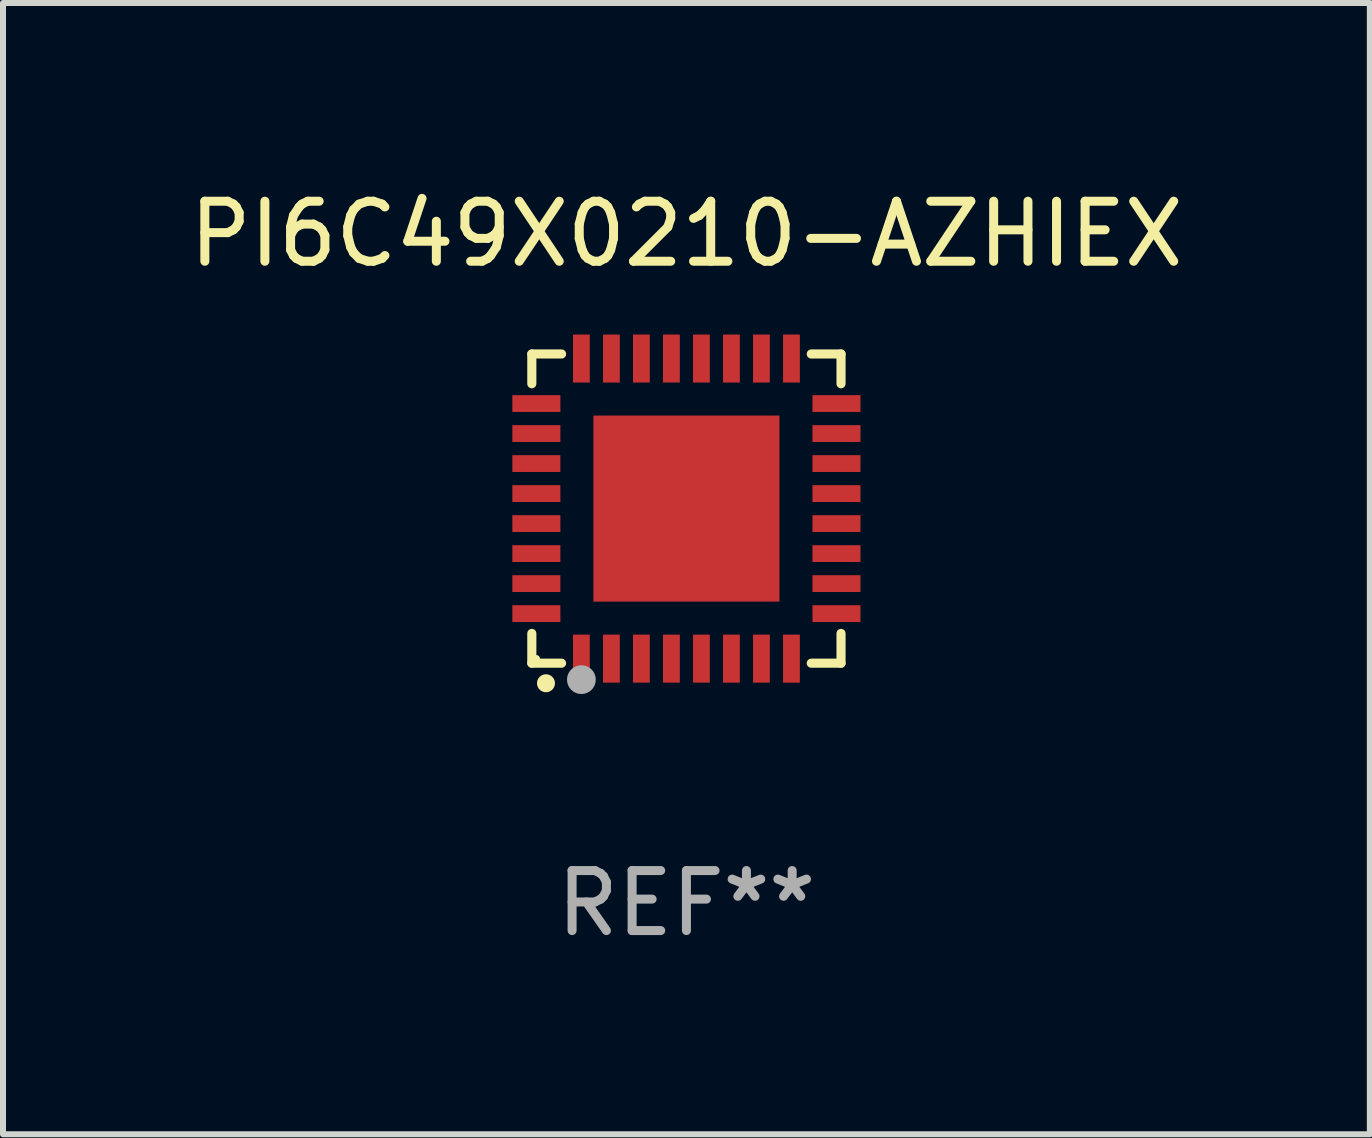
<source format=kicad_pcb>
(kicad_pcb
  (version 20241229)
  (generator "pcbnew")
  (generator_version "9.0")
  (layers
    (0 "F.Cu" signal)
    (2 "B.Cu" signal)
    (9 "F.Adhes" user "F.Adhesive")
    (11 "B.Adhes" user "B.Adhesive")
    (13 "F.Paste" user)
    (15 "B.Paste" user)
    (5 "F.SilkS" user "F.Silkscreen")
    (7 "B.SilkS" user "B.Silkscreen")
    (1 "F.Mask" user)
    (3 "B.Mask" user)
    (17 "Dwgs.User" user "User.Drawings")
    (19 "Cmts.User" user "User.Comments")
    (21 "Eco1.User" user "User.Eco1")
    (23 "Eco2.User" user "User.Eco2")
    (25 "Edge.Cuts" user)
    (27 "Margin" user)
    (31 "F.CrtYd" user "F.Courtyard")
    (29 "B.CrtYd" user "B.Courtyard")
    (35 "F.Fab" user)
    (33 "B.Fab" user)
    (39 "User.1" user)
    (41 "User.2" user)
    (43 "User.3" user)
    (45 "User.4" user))
  (footprint "PI6C49X0210-AZHIEX"
    (layer "F.Cu")
    (at 8.387 5.424)
    (property "Reference" "PI6C49X0210-AZHIEX" (at 0 -4.576 0) (layer "F.SilkS") (effects (font (size 1 1) (thickness 0.15))))
    (attr through_hole)
    (fp_line (start -2.576 -2.576) (end -2.08 -2.576) (stroke (width 0.152) (type solid)) (layer "F.SilkS"))
    (fp_line (start -2.576 -2.08) (end -2.576 -2.576) (stroke (width 0.152) (type solid)) (layer "F.SilkS"))
    (fp_line (start -2.576 2.08) (end -2.576 2.576) (stroke (width 0.152) (type solid)) (layer "F.SilkS"))
    (fp_line (start -2.576 2.576) (end -2.08 2.576) (stroke (width 0.152) (type solid)) (layer "F.SilkS"))
    (fp_line (start 2.576 -2.576) (end 2.08 -2.576) (stroke (width 0.152) (type solid)) (layer "F.SilkS"))
    (fp_line (start 2.576 -2.08) (end 2.576 -2.576) (stroke (width 0.152) (type solid)) (layer "F.SilkS"))
    (fp_line (start 2.576 2.08) (end 2.576 2.576) (stroke (width 0.152) (type solid)) (layer "F.SilkS"))
    (fp_line (start 2.576 2.576) (end 2.08 2.576) (stroke (width 0.152) (type solid)) (layer "F.SilkS"))
    (fp_circle (center -2.5 2.5) (end -2.47 2.5) (stroke (width 0.06) (type solid)) (fill no) (layer "F.SilkS"))
    (fp_circle (center -2.34 2.91) (end -2.265 2.91) (stroke (width 0.15) (type solid)) (fill no) (layer "F.SilkS"))
    (fp_circle (center -1.75 2.85) (end -1.63 2.85) (stroke (width 0.24) (type solid)) (fill no) (layer "F.Fab"))
    (fp_text user "REF**" (at 0 6.576 0) (layer "F.Fab") (effects (font (size 1 1) (thickness 0.15))))
    (pad "1" smd rect (at -1.75 2.5) (size 0.28 0.8) (layers "F.Cu" "F.Mask" "F.Paste"))
    (pad "2" smd rect (at -1.25 2.5) (size 0.28 0.8) (layers "F.Cu" "F.Mask" "F.Paste"))
    (pad "3" smd rect (at -0.75 2.5) (size 0.28 0.8) (layers "F.Cu" "F.Mask" "F.Paste"))
    (pad "4" smd rect (at -0.25 2.5) (size 0.28 0.8) (layers "F.Cu" "F.Mask" "F.Paste"))
    (pad "5" smd rect (at 0.25 2.5) (size 0.28 0.8) (layers "F.Cu" "F.Mask" "F.Paste"))
    (pad "6" smd rect (at 0.75 2.5) (size 0.28 0.8) (layers "F.Cu" "F.Mask" "F.Paste"))
    (pad "7" smd rect (at 1.25 2.5) (size 0.28 0.8) (layers "F.Cu" "F.Mask" "F.Paste"))
    (pad "8" smd rect (at 1.75 2.5) (size 0.28 0.8) (layers "F.Cu" "F.Mask" "F.Paste"))
    (pad "9" smd rect (at 2.5 1.75) (size 0.8 0.28) (layers "F.Cu" "F.Mask" "F.Paste"))
    (pad "10" smd rect (at 2.5 1.25) (size 0.8 0.28) (layers "F.Cu" "F.Mask" "F.Paste"))
    (pad "11" smd rect (at 2.5 0.75) (size 0.8 0.28) (layers "F.Cu" "F.Mask" "F.Paste"))
    (pad "12" smd rect (at 2.5 0.25) (size 0.8 0.28) (layers "F.Cu" "F.Mask" "F.Paste"))
    (pad "13" smd rect (at 2.5 -0.25) (size 0.8 0.28) (layers "F.Cu" "F.Mask" "F.Paste"))
    (pad "14" smd rect (at 2.5 -0.75) (size 0.8 0.28) (layers "F.Cu" "F.Mask" "F.Paste"))
    (pad "15" smd rect (at 2.5 -1.25) (size 0.8 0.28) (layers "F.Cu" "F.Mask" "F.Paste"))
    (pad "16" smd rect (at 2.5 -1.75) (size 0.8 0.28) (layers "F.Cu" "F.Mask" "F.Paste"))
    (pad "17" smd rect (at 1.75 -2.5) (size 0.28 0.8) (layers "F.Cu" "F.Mask" "F.Paste"))
    (pad "18" smd rect (at 1.25 -2.5) (size 0.28 0.8) (layers "F.Cu" "F.Mask" "F.Paste"))
    (pad "19" smd rect (at 0.75 -2.5) (size 0.28 0.8) (layers "F.Cu" "F.Mask" "F.Paste"))
    (pad "20" smd rect (at 0.25 -2.5) (size 0.28 0.8) (layers "F.Cu" "F.Mask" "F.Paste"))
    (pad "21" smd rect (at -0.25 -2.5) (size 0.28 0.8) (layers "F.Cu" "F.Mask" "F.Paste"))
    (pad "22" smd rect (at -0.75 -2.5) (size 0.28 0.8) (layers "F.Cu" "F.Mask" "F.Paste"))
    (pad "23" smd rect (at -1.25 -2.5) (size 0.28 0.8) (layers "F.Cu" "F.Mask" "F.Paste"))
    (pad "24" smd rect (at -1.75 -2.5) (size 0.28 0.8) (layers "F.Cu" "F.Mask" "F.Paste"))
    (pad "25" smd rect (at -2.5 -1.75) (size 0.8 0.28) (layers "F.Cu" "F.Mask" "F.Paste"))
    (pad "26" smd rect (at -2.5 -1.25) (size 0.8 0.28) (layers "F.Cu" "F.Mask" "F.Paste"))
    (pad "27" smd rect (at -2.5 -0.75) (size 0.8 0.28) (layers "F.Cu" "F.Mask" "F.Paste"))
    (pad "28" smd rect (at -2.5 -0.25) (size 0.8 0.28) (layers "F.Cu" "F.Mask" "F.Paste"))
    (pad "29" smd rect (at -2.5 0.25) (size 0.8 0.28) (layers "F.Cu" "F.Mask" "F.Paste"))
    (pad "30" smd rect (at -2.5 0.75) (size 0.8 0.28) (layers "F.Cu" "F.Mask" "F.Paste"))
    (pad "31" smd rect (at -2.5 1.25) (size 0.8 0.28) (layers "F.Cu" "F.Mask" "F.Paste"))
    (pad "32" smd rect (at -2.5 1.75) (size 0.8 0.28) (layers "F.Cu" "F.Mask" "F.Paste"))
    (pad "33" smd rect (at 0 0) (size 3.1 3.1) (layers "F.Cu" "F.Mask" "F.Paste")))
  (gr_rect
    (start -3 -3)
    (end 19.774 15.849)
    (stroke (width 0.1) (type default))
    (fill no)
    (layer "Edge.Cuts")))
</source>
